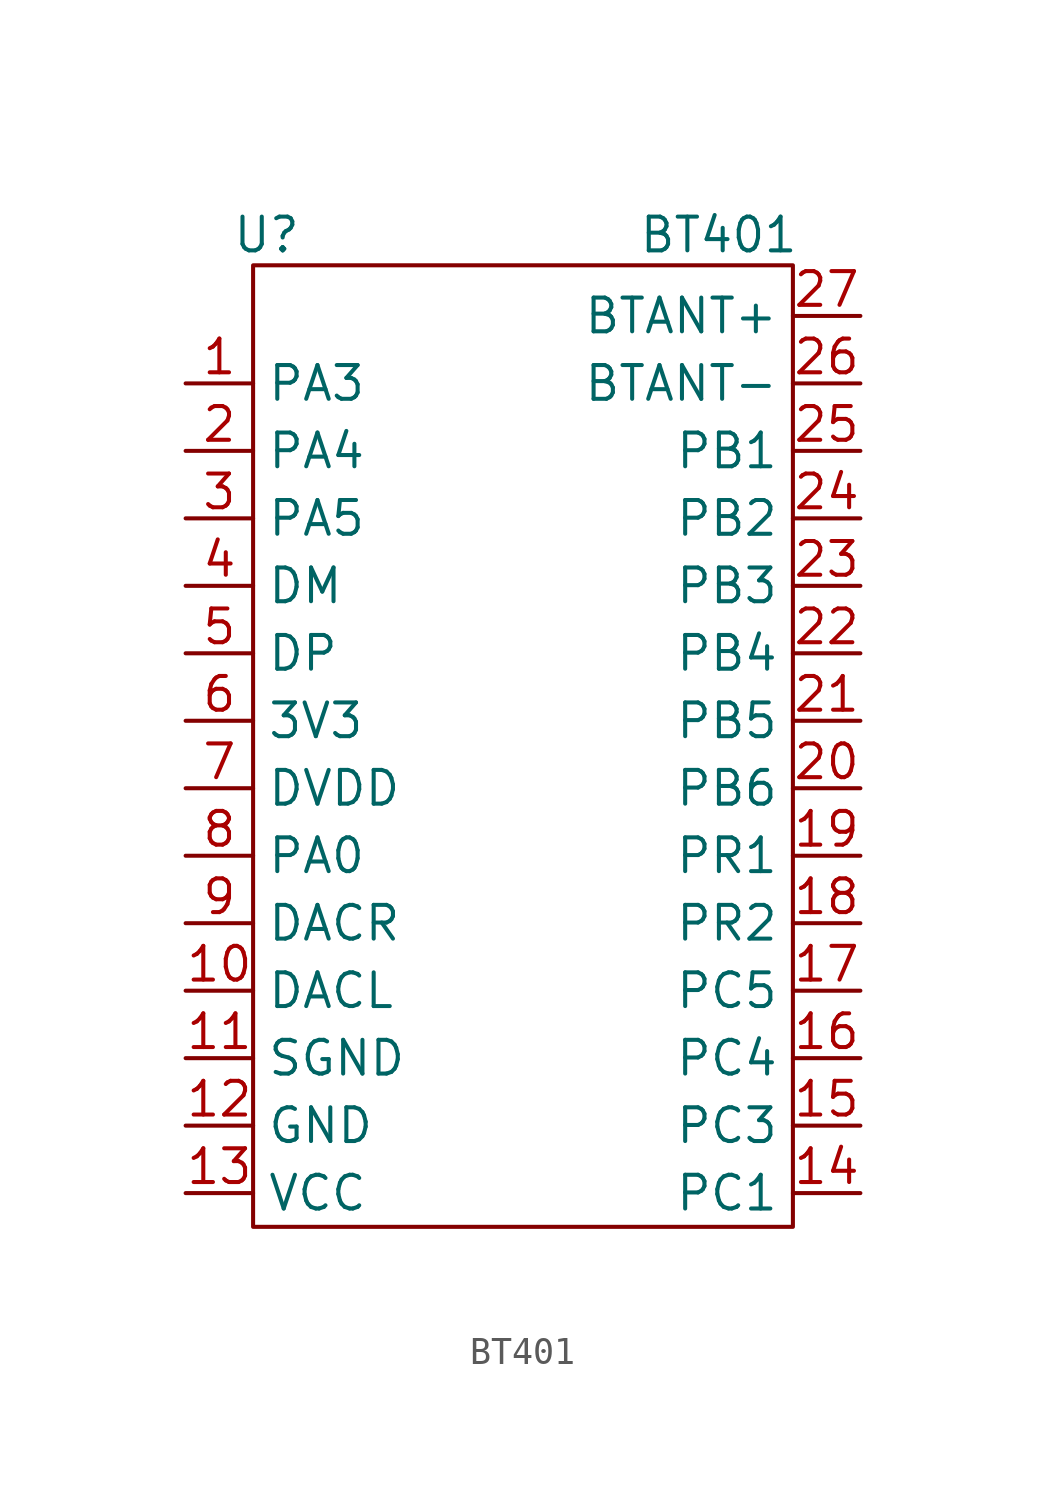
<source format=kicad_sym>
(kicad_symbol_lib
  (version 20231120)
  (generator "kicad_symbol_editor")
  (generator_version "8.0")
  (symbol "BT401"
    (property "Reference" "U"
      (at -9.652 18.288 0)
      (effects (font (size 1.27 1.27))))
    (property "Value" "BT401"
      (at 7.366 18.288 0)
      (effects (font (size 1.27 1.27))))
    (symbol "BT401_0_1"
      (rectangle (start -10.16 17.145) (end 10.16 -19.05) (stroke (width 0) (type default)) (fill (type none))))
    (symbol "BT401_1_1"
      (pin input line (at -12.7 12.7 0) (length 2.54) (name "PA3" (effects (font (size 1.27 1.27)))) (number "1" (effects (font (size 1.27 1.27)))))
      (pin input line (at -12.7 -10.16 0) (length 2.54) (name "DACL" (effects (font (size 1.27 1.27)))) (number "10" (effects (font (size 1.27 1.27)))))
      (pin input line (at -12.7 -12.7 0) (length 2.54) (name "SGND" (effects (font (size 1.27 1.27)))) (number "11" (effects (font (size 1.27 1.27)))))
      (pin input line (at -12.7 -15.24 0) (length 2.54) (name "GND" (effects (font (size 1.27 1.27)))) (number "12" (effects (font (size 1.27 1.27)))))
      (pin input line (at -12.7 -17.78 0) (length 2.54) (name "VCC" (effects (font (size 1.27 1.27)))) (number "13" (effects (font (size 1.27 1.27)))))
      (pin input line (at 12.7 -17.78 180) (length 2.54) (name "PC1" (effects (font (size 1.27 1.27)))) (number "14" (effects (font (size 1.27 1.27)))))
      (pin input line (at 12.7 -15.24 180) (length 2.54) (name "PC3" (effects (font (size 1.27 1.27)))) (number "15" (effects (font (size 1.27 1.27)))))
      (pin input line (at 12.7 -12.7 180) (length 2.54) (name "PC4" (effects (font (size 1.27 1.27)))) (number "16" (effects (font (size 1.27 1.27)))))
      (pin input line (at 12.7 -10.16 180) (length 2.54) (name "PC5" (effects (font (size 1.27 1.27)))) (number "17" (effects (font (size 1.27 1.27)))))
      (pin input line (at 12.7 -7.62 180) (length 2.54) (name "PR2" (effects (font (size 1.27 1.27)))) (number "18" (effects (font (size 1.27 1.27)))))
      (pin input line (at 12.7 -5.08 180) (length 2.54) (name "PR1" (effects (font (size 1.27 1.27)))) (number "19" (effects (font (size 1.27 1.27)))))
      (pin input line (at -12.7 10.16 0) (length 2.54) (name "PA4" (effects (font (size 1.27 1.27)))) (number "2" (effects (font (size 1.27 1.27)))))
      (pin input line (at 12.7 -2.54 180) (length 2.54) (name "PB6" (effects (font (size 1.27 1.27)))) (number "20" (effects (font (size 1.27 1.27)))))
      (pin input line (at 12.7 0 180) (length 2.54) (name "PB5" (effects (font (size 1.27 1.27)))) (number "21" (effects (font (size 1.27 1.27)))))
      (pin input line (at 12.7 2.54 180) (length 2.54) (name "PB4" (effects (font (size 1.27 1.27)))) (number "22" (effects (font (size 1.27 1.27)))))
      (pin input line (at 12.7 5.08 180) (length 2.54) (name "PB3" (effects (font (size 1.27 1.27)))) (number "23" (effects (font (size 1.27 1.27)))))
      (pin input line (at 12.7 7.62 180) (length 2.54) (name "PB2" (effects (font (size 1.27 1.27)))) (number "24" (effects (font (size 1.27 1.27)))))
      (pin input line (at 12.7 10.16 180) (length 2.54) (name "PB1" (effects (font (size 1.27 1.27)))) (number "25" (effects (font (size 1.27 1.27)))))
      (pin input line (at 12.7 12.7 180) (length 2.54) (name "BTANT-" (effects (font (size 1.27 1.27)))) (number "26" (effects (font (size 1.27 1.27)))))
      (pin input line (at 12.7 15.24 180) (length 2.54) (name "BTANT+" (effects (font (size 1.27 1.27)))) (number "27" (effects (font (size 1.27 1.27)))))
      (pin input line (at -12.7 7.62 0) (length 2.54) (name "PA5" (effects (font (size 1.27 1.27)))) (number "3" (effects (font (size 1.27 1.27)))))
      (pin input line (at -12.7 5.08 0) (length 2.54) (name "DM" (effects (font (size 1.27 1.27)))) (number "4" (effects (font (size 1.27 1.27)))))
      (pin input line (at -12.7 2.54 0) (length 2.54) (name "DP" (effects (font (size 1.27 1.27)))) (number "5" (effects (font (size 1.27 1.27)))))
      (pin input line (at -12.7 0 0) (length 2.54) (name "3V3" (effects (font (size 1.27 1.27)))) (number "6" (effects (font (size 1.27 1.27)))))
      (pin input line (at -12.7 -2.54 0) (length 2.54) (name "DVDD" (effects (font (size 1.27 1.27)))) (number "7" (effects (font (size 1.27 1.27)))))
      (pin input line (at -12.7 -5.08 0) (length 2.54) (name "PA0" (effects (font (size 1.27 1.27)))) (number "8" (effects (font (size 1.27 1.27)))))
      (pin input line (at -12.7 -7.62 0) (length 2.54) (name "DACR" (effects (font (size 1.27 1.27)))) (number "9" (effects (font (size 1.27 1.27))))))))
</source>
